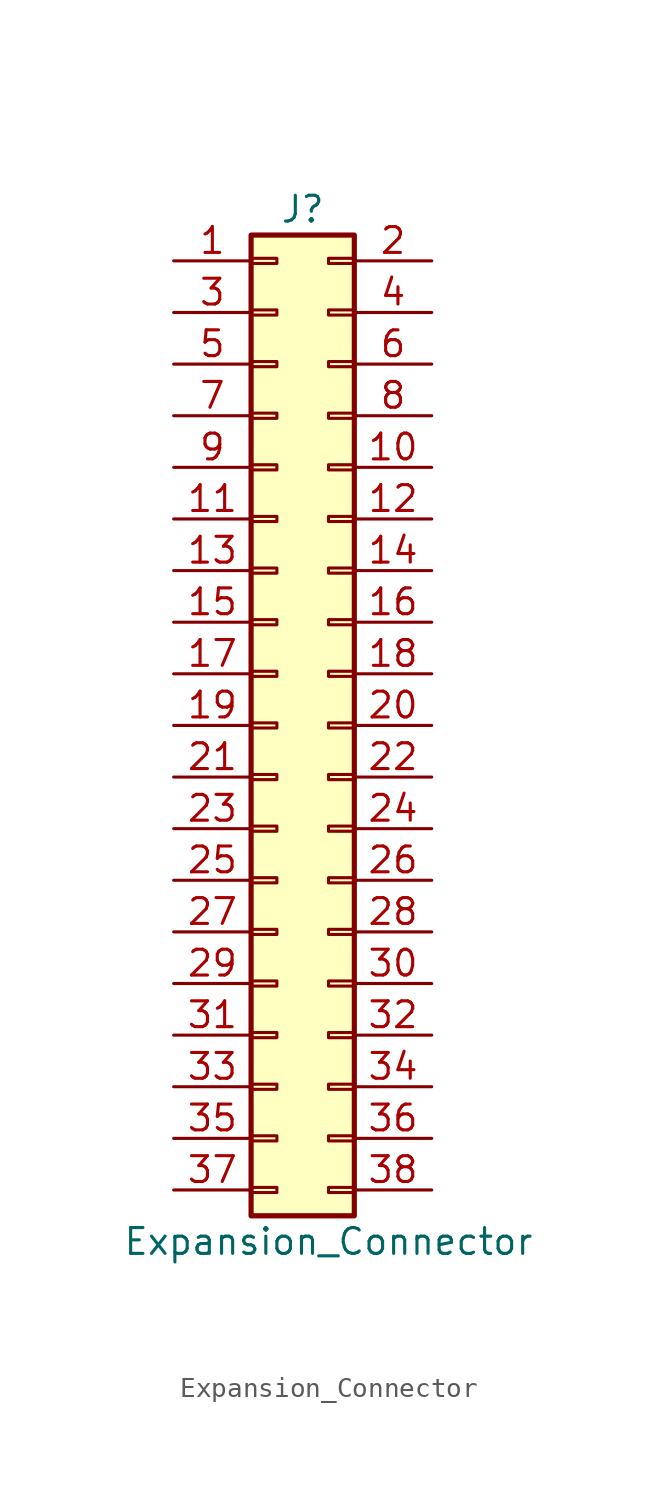
<source format=kicad_sym>
(kicad_symbol_lib
  (version 20211014)
  (generator kicad_symbol_editor)
  (symbol "Expansion_Connector"
    (pin_names
      (offset 1.016) hide)
    (property "Reference" "J"
      (at 0 25.4 0)
      (effects (font (size 1.27 1.27))))
    (property "Value" "Expansion_Connector"
      (at 1.27 -25.4 0)
      (effects (font (size 1.27 1.27))))
    (symbol "Expansion_Connector_0_0"
      (pin power_out line (at -6.35 22.86 0) (length 3.81) (name "~" (effects (font (size 1.27 1.27)))) (number "1" (effects (font (size 1.27 1.27))))))
    (symbol "Expansion_Connector_1_1"
      (rectangle (start -2.54 -22.733) (end -1.27 -22.987) (stroke (width 0.152) (type default) (color 0 0 0 0)) (fill (type none)))
      (rectangle (start -2.54 -20.193) (end -1.27 -20.447) (stroke (width 0.152) (type default) (color 0 0 0 0)) (fill (type none)))
      (rectangle (start -2.54 -17.653) (end -1.27 -17.907) (stroke (width 0.152) (type default) (color 0 0 0 0)) (fill (type none)))
      (rectangle (start -2.54 -15.113) (end -1.27 -15.367) (stroke (width 0.152) (type default) (color 0 0 0 0)) (fill (type none)))
      (rectangle (start -2.54 -12.573) (end -1.27 -12.827) (stroke (width 0.152) (type default) (color 0 0 0 0)) (fill (type none)))
      (rectangle (start -2.54 -10.033) (end -1.27 -10.287) (stroke (width 0.152) (type default) (color 0 0 0 0)) (fill (type none)))
      (rectangle (start -2.54 -7.493) (end -1.27 -7.747) (stroke (width 0.152) (type default) (color 0 0 0 0)) (fill (type none)))
      (rectangle (start -2.54 -4.953) (end -1.27 -5.207) (stroke (width 0.152) (type default) (color 0 0 0 0)) (fill (type none)))
      (rectangle (start -2.54 -2.413) (end -1.27 -2.667) (stroke (width 0.152) (type default) (color 0 0 0 0)) (fill (type none)))
      (rectangle (start -2.54 0.127) (end -1.27 -0.127) (stroke (width 0.152) (type default) (color 0 0 0 0)) (fill (type none)))
      (rectangle (start -2.54 2.667) (end -1.27 2.413) (stroke (width 0.152) (type default) (color 0 0 0 0)) (fill (type none)))
      (rectangle (start -2.54 5.207) (end -1.27 4.953) (stroke (width 0.152) (type default) (color 0 0 0 0)) (fill (type none)))
      (rectangle (start -2.54 7.747) (end -1.27 7.493) (stroke (width 0.152) (type default) (color 0 0 0 0)) (fill (type none)))
      (rectangle (start -2.54 10.287) (end -1.27 10.033) (stroke (width 0.152) (type default) (color 0 0 0 0)) (fill (type none)))
      (rectangle (start -2.54 12.827) (end -1.27 12.573) (stroke (width 0.152) (type default) (color 0 0 0 0)) (fill (type none)))
      (rectangle (start -2.54 15.367) (end -1.27 15.113) (stroke (width 0.152) (type default) (color 0 0 0 0)) (fill (type none)))
      (rectangle (start -2.54 17.907) (end -1.27 17.653) (stroke (width 0.152) (type default) (color 0 0 0 0)) (fill (type none)))
      (rectangle (start -2.54 20.447) (end -1.27 20.193) (stroke (width 0.152) (type default) (color 0 0 0 0)) (fill (type none)))
      (rectangle (start -2.54 22.987) (end -1.27 22.733) (stroke (width 0.152) (type default) (color 0 0 0 0)) (fill (type none)))
      (rectangle (start -2.54 24.13) (end 2.54 -24.13) (stroke (width 0.254) (type default) (color 0 0 0 0)) (fill (type background)))
      (rectangle (start 2.54 -22.733) (end 1.27 -22.987) (stroke (width 0.152) (type default) (color 0 0 0 0)) (fill (type none)))
      (rectangle (start 2.54 -20.193) (end 1.27 -20.447) (stroke (width 0.152) (type default) (color 0 0 0 0)) (fill (type none)))
      (rectangle (start 2.54 -17.653) (end 1.27 -17.907) (stroke (width 0.152) (type default) (color 0 0 0 0)) (fill (type none)))
      (rectangle (start 2.54 -15.113) (end 1.27 -15.367) (stroke (width 0.152) (type default) (color 0 0 0 0)) (fill (type none)))
      (rectangle (start 2.54 -12.573) (end 1.27 -12.827) (stroke (width 0.152) (type default) (color 0 0 0 0)) (fill (type none)))
      (rectangle (start 2.54 -10.033) (end 1.27 -10.287) (stroke (width 0.152) (type default) (color 0 0 0 0)) (fill (type none)))
      (rectangle (start 2.54 -7.493) (end 1.27 -7.747) (stroke (width 0.152) (type default) (color 0 0 0 0)) (fill (type none)))
      (rectangle (start 2.54 -4.953) (end 1.27 -5.207) (stroke (width 0.152) (type default) (color 0 0 0 0)) (fill (type none)))
      (rectangle (start 2.54 -2.413) (end 1.27 -2.667) (stroke (width 0.152) (type default) (color 0 0 0 0)) (fill (type none)))
      (rectangle (start 2.54 0.127) (end 1.27 -0.127) (stroke (width 0.152) (type default) (color 0 0 0 0)) (fill (type none)))
      (rectangle (start 2.54 2.667) (end 1.27 2.413) (stroke (width 0.152) (type default) (color 0 0 0 0)) (fill (type none)))
      (rectangle (start 2.54 5.207) (end 1.27 4.953) (stroke (width 0.152) (type default) (color 0 0 0 0)) (fill (type none)))
      (rectangle (start 2.54 7.747) (end 1.27 7.493) (stroke (width 0.152) (type default) (color 0 0 0 0)) (fill (type none)))
      (rectangle (start 2.54 10.287) (end 1.27 10.033) (stroke (width 0.152) (type default) (color 0 0 0 0)) (fill (type none)))
      (rectangle (start 2.54 12.827) (end 1.27 12.573) (stroke (width 0.152) (type default) (color 0 0 0 0)) (fill (type none)))
      (rectangle (start 2.54 15.367) (end 1.27 15.113) (stroke (width 0.152) (type default) (color 0 0 0 0)) (fill (type none)))
      (rectangle (start 2.54 17.907) (end 1.27 17.653) (stroke (width 0.152) (type default) (color 0 0 0 0)) (fill (type none)))
      (rectangle (start 2.54 20.447) (end 1.27 20.193) (stroke (width 0.152) (type default) (color 0 0 0 0)) (fill (type none)))
      (rectangle (start 2.54 22.987) (end 1.27 22.733) (stroke (width 0.152) (type default) (color 0 0 0 0)) (fill (type none)))
      (pin bidirectional line (at 6.35 12.7 180) (length 3.81) (name "Pin_10" (effects (font (size 1.27 1.27)))) (number "10" (effects (font (size 1.27 1.27)))))
      (pin output line (at -6.35 10.16 0) (length 3.81) (name "Pin_11" (effects (font (size 1.27 1.27)))) (number "11" (effects (font (size 1.27 1.27)))))
      (pin bidirectional line (at 6.35 10.16 180) (length 3.81) (name "Pin_12" (effects (font (size 1.27 1.27)))) (number "12" (effects (font (size 1.27 1.27)))))
      (pin output line (at -6.35 7.62 0) (length 3.81) (name "Pin_13" (effects (font (size 1.27 1.27)))) (number "13" (effects (font (size 1.27 1.27)))))
      (pin bidirectional line (at 6.35 7.62 180) (length 3.81) (name "Pin_14" (effects (font (size 1.27 1.27)))) (number "14" (effects (font (size 1.27 1.27)))))
      (pin output line (at -6.35 5.08 0) (length 3.81) (name "Pin_15" (effects (font (size 1.27 1.27)))) (number "15" (effects (font (size 1.27 1.27)))))
      (pin bidirectional line (at 6.35 5.08 180) (length 3.81) (name "Pin_16" (effects (font (size 1.27 1.27)))) (number "16" (effects (font (size 1.27 1.27)))))
      (pin output line (at -6.35 2.54 0) (length 3.81) (name "Pin_17" (effects (font (size 1.27 1.27)))) (number "17" (effects (font (size 1.27 1.27)))))
      (pin output line (at 6.35 2.54 180) (length 3.81) (name "Pin_18" (effects (font (size 1.27 1.27)))) (number "18" (effects (font (size 1.27 1.27)))))
      (pin output line (at -6.35 0 0) (length 3.81) (name "Pin_19" (effects (font (size 1.27 1.27)))) (number "19" (effects (font (size 1.27 1.27)))))
      (pin bidirectional line (at 6.35 22.86 180) (length 3.81) (name "Pin_2" (effects (font (size 1.27 1.27)))) (number "2" (effects (font (size 1.27 1.27)))))
      (pin output line (at 6.35 0 180) (length 3.81) (name "Pin_20" (effects (font (size 1.27 1.27)))) (number "20" (effects (font (size 1.27 1.27)))))
      (pin output line (at -6.35 -2.54 0) (length 3.81) (name "Pin_21" (effects (font (size 1.27 1.27)))) (number "21" (effects (font (size 1.27 1.27)))))
      (pin output line (at 6.35 -2.54 180) (length 3.81) (name "Pin_22" (effects (font (size 1.27 1.27)))) (number "22" (effects (font (size 1.27 1.27)))))
      (pin output line (at -6.35 -5.08 0) (length 3.81) (name "Pin_23" (effects (font (size 1.27 1.27)))) (number "23" (effects (font (size 1.27 1.27)))))
      (pin output line (at 6.35 -5.08 180) (length 3.81) (name "Pin_24" (effects (font (size 1.27 1.27)))) (number "24" (effects (font (size 1.27 1.27)))))
      (pin output line (at -6.35 -7.62 0) (length 3.81) (name "Pin_25" (effects (font (size 1.27 1.27)))) (number "25" (effects (font (size 1.27 1.27)))))
      (pin input line (at 6.35 -7.62 180) (length 3.81) (name "Pin_26" (effects (font (size 1.27 1.27)))) (number "26" (effects (font (size 1.27 1.27)))))
      (pin output line (at -6.35 -10.16 0) (length 3.81) (name "Pin_27" (effects (font (size 1.27 1.27)))) (number "27" (effects (font (size 1.27 1.27)))))
      (pin input line (at 6.35 -10.16 180) (length 3.81) (name "Pin_28" (effects (font (size 1.27 1.27)))) (number "28" (effects (font (size 1.27 1.27)))))
      (pin output line (at -6.35 -12.7 0) (length 3.81) (name "Pin_29" (effects (font (size 1.27 1.27)))) (number "29" (effects (font (size 1.27 1.27)))))
      (pin power_in line (at -6.35 20.32 0) (length 3.81) (name "Pin_3" (effects (font (size 1.27 1.27)))) (number "3" (effects (font (size 1.27 1.27)))))
      (pin input line (at 6.35 -12.7 180) (length 3.81) (name "Pin_30" (effects (font (size 1.27 1.27)))) (number "30" (effects (font (size 1.27 1.27)))))
      (pin output line (at -6.35 -15.24 0) (length 3.81) (name "Pin_31" (effects (font (size 1.27 1.27)))) (number "31" (effects (font (size 1.27 1.27)))))
      (pin output line (at 6.35 -15.24 180) (length 3.81) (name "Pin_32" (effects (font (size 1.27 1.27)))) (number "32" (effects (font (size 1.27 1.27)))))
      (pin output line (at -6.35 -17.78 0) (length 3.81) (name "Pin_33" (effects (font (size 1.27 1.27)))) (number "33" (effects (font (size 1.27 1.27)))))
      (pin input line (at 6.35 -17.78 180) (length 3.81) (name "Pin_34" (effects (font (size 1.27 1.27)))) (number "34" (effects (font (size 1.27 1.27)))))
      (pin output line (at -6.35 -20.32 0) (length 3.81) (name "Pin_35" (effects (font (size 1.27 1.27)))) (number "35" (effects (font (size 1.27 1.27)))))
      (pin power_out line (at 6.35 -20.32 180) (length 3.81) (name "Pin_36" (effects (font (size 1.27 1.27)))) (number "36" (effects (font (size 1.27 1.27)))))
      (pin output line (at -6.35 -22.86 0) (length 3.81) (name "Pin_37" (effects (font (size 1.27 1.27)))) (number "37" (effects (font (size 1.27 1.27)))))
      (pin power_out line (at 6.35 -22.86 180) (length 3.81) (name "Pin_38" (effects (font (size 1.27 1.27)))) (number "38" (effects (font (size 1.27 1.27)))))
      (pin bidirectional line (at 6.35 20.32 180) (length 3.81) (name "Pin_4" (effects (font (size 1.27 1.27)))) (number "4" (effects (font (size 1.27 1.27)))))
      (pin input line (at -6.35 17.78 0) (length 3.81) (name "Pin_5" (effects (font (size 1.27 1.27)))) (number "5" (effects (font (size 1.27 1.27)))))
      (pin bidirectional line (at 6.35 17.78 180) (length 3.81) (name "Pin_6" (effects (font (size 1.27 1.27)))) (number "6" (effects (font (size 1.27 1.27)))))
      (pin output line (at -6.35 15.24 0) (length 3.81) (name "Pin_7" (effects (font (size 1.27 1.27)))) (number "7" (effects (font (size 1.27 1.27)))))
      (pin bidirectional line (at 6.35 15.24 180) (length 3.81) (name "Pin_8" (effects (font (size 1.27 1.27)))) (number "8" (effects (font (size 1.27 1.27)))))
      (pin output line (at -6.35 12.7 0) (length 3.81) (name "Pin_9" (effects (font (size 1.27 1.27)))) (number "9" (effects (font (size 1.27 1.27))))))))
</source>
